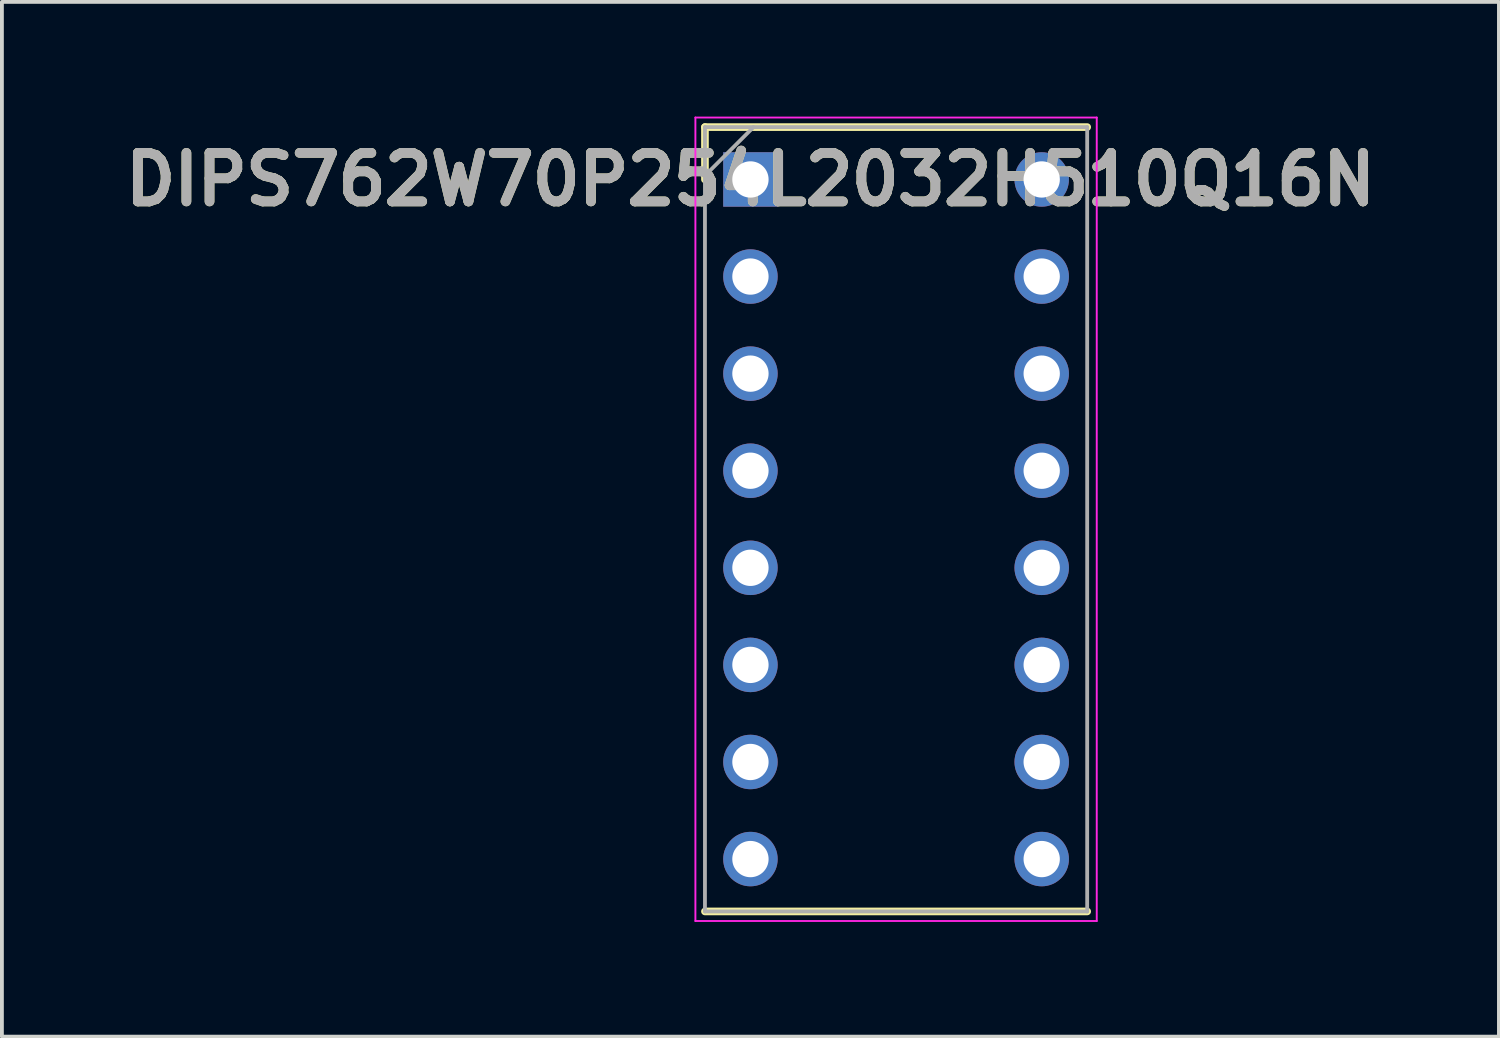
<source format=kicad_pcb>
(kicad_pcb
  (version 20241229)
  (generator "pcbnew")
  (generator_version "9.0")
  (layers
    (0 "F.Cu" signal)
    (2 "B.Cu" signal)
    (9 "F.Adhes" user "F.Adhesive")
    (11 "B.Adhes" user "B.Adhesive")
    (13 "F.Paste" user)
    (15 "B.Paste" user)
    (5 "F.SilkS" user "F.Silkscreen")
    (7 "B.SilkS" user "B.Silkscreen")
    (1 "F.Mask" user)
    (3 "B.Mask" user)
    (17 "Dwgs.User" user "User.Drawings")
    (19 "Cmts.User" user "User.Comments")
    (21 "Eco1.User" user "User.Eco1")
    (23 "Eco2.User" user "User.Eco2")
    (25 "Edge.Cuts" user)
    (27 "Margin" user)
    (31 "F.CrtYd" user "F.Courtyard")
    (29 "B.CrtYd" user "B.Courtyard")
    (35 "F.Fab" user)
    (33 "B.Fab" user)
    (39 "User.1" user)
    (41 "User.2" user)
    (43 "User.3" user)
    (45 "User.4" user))
  (footprint "DIPS762W70P254L2032H510Q16N"
    (layer "F.Cu")
    (at 16.583 1.645)
    (property "Reference" "DIPS762W70P254L2032H510Q16N" (at 0 0 0) (layer "F.SilkS") (effects (font (size 1.27 1.27) (thickness 0.254))))
    (attr through_hole)
    (fp_line (start -1.19 -1.37) (end -1.19 0) (stroke (width 0.2) (type solid)) (layer "F.SilkS"))
    (fp_line (start -1.19 19.15) (end 8.81 19.15) (stroke (width 0.2) (type solid)) (layer "F.SilkS"))
    (fp_line (start 8.81 -1.37) (end -1.19 -1.37) (stroke (width 0.2) (type solid)) (layer "F.SilkS"))
    (fp_line (start -1.44 -1.62) (end 9.06 -1.62) (stroke (width 0.05) (type solid)) (layer "F.CrtYd"))
    (fp_line (start -1.44 19.4) (end -1.44 -1.62) (stroke (width 0.05) (type solid)) (layer "F.CrtYd"))
    (fp_line (start 9.06 -1.62) (end 9.06 19.4) (stroke (width 0.05) (type solid)) (layer "F.CrtYd"))
    (fp_line (start 9.06 19.4) (end -1.44 19.4) (stroke (width 0.05) (type solid)) (layer "F.CrtYd"))
    (fp_line (start -1.19 -1.37) (end 8.81 -1.37) (stroke (width 0.1) (type solid)) (layer "F.Fab"))
    (fp_line (start -1.19 -0.1) (end 0.08 -1.37) (stroke (width 0.1) (type solid)) (layer "F.Fab"))
    (fp_line (start -1.19 19.15) (end -1.19 -1.37) (stroke (width 0.1) (type solid)) (layer "F.Fab"))
    (fp_line (start 8.81 -1.37) (end 8.81 19.15) (stroke (width 0.1) (type solid)) (layer "F.Fab"))
    (fp_line (start 8.81 19.15) (end -1.19 19.15) (stroke (width 0.1) (type solid)) (layer "F.Fab"))
    (fp_text user "${REFERENCE}" (at 0 0 0) (layer "F.Fab") (effects (font (size 1.27 1.27) (thickness 0.254))))
    (pad "1" thru_hole rect (at 0 0) (size 1.425 1.425) (drill 0.95) (layers "*.Cu" "*.Mask"))
    (pad "2" thru_hole circle (at 0 2.54) (size 1.425 1.425) (drill 0.95) (layers "*.Cu" "*.Mask"))
    (pad "3" thru_hole circle (at 0 5.08) (size 1.425 1.425) (drill 0.95) (layers "*.Cu" "*.Mask"))
    (pad "4" thru_hole circle (at 0 7.62) (size 1.425 1.425) (drill 0.95) (layers "*.Cu" "*.Mask"))
    (pad "5" thru_hole circle (at 0 10.16) (size 1.425 1.425) (drill 0.95) (layers "*.Cu" "*.Mask"))
    (pad "6" thru_hole circle (at 0 12.7) (size 1.425 1.425) (drill 0.95) (layers "*.Cu" "*.Mask"))
    (pad "7" thru_hole circle (at 0 15.24) (size 1.425 1.425) (drill 0.95) (layers "*.Cu" "*.Mask"))
    (pad "8" thru_hole circle (at 0 17.78) (size 1.425 1.425) (drill 0.95) (layers "*.Cu" "*.Mask"))
    (pad "9" thru_hole circle (at 7.62 17.78) (size 1.425 1.425) (drill 0.95) (layers "*.Cu" "*.Mask"))
    (pad "10" thru_hole circle (at 7.62 15.24) (size 1.425 1.425) (drill 0.95) (layers "*.Cu" "*.Mask"))
    (pad "11" thru_hole circle (at 7.62 12.7) (size 1.425 1.425) (drill 0.95) (layers "*.Cu" "*.Mask"))
    (pad "12" thru_hole circle (at 7.62 10.16) (size 1.425 1.425) (drill 0.95) (layers "*.Cu" "*.Mask"))
    (pad "13" thru_hole circle (at 7.62 7.62) (size 1.425 1.425) (drill 0.95) (layers "*.Cu" "*.Mask"))
    (pad "14" thru_hole circle (at 7.62 5.08) (size 1.425 1.425) (drill 0.95) (layers "*.Cu" "*.Mask"))
    (pad "15" thru_hole circle (at 7.62 2.54) (size 1.425 1.425) (drill 0.95) (layers "*.Cu" "*.Mask"))
    (pad "16" thru_hole circle (at 7.62 0) (size 1.425 1.425) (drill 0.95) (layers "*.Cu" "*.Mask")))
  (gr_rect
    (start -3 -3)
    (end 36.165 24.07)
    (stroke (width 0.1) (type default))
    (fill no)
    (layer "Edge.Cuts")))
</source>
